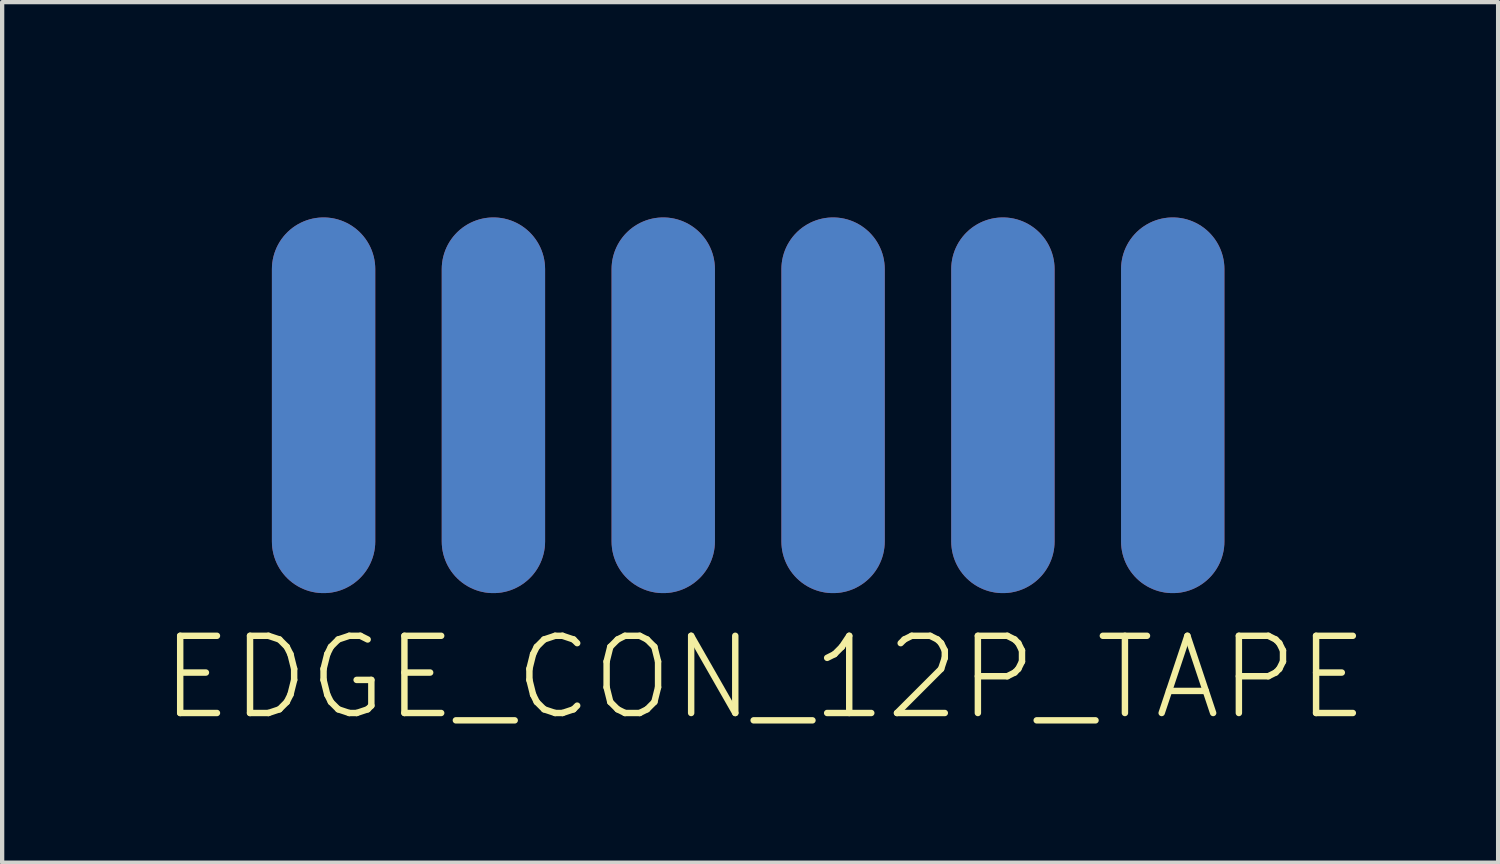
<source format=kicad_pcb>
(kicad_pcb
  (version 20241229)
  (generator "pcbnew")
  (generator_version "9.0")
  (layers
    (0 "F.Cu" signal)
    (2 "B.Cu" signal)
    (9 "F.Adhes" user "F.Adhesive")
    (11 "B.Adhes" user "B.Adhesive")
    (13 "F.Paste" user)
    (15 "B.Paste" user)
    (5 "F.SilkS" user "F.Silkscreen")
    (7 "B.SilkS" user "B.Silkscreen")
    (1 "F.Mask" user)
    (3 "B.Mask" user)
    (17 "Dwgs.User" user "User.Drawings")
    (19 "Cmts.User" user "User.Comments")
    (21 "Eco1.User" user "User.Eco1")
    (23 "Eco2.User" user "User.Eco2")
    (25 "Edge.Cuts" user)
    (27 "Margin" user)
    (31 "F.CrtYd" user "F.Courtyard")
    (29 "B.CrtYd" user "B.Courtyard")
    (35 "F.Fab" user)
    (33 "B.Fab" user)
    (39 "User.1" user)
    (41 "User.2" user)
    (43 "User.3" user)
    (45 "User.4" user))
  (footprint "EDGE_CON_12P_TAPE"
    (layer "F.Cu")
    (at 4.495 6.4)
    (property "Reference" "EDGE_CON_12P_TAPE" (at 10.285 6.35 0) (layer "F.SilkS") (effects (font (size 1.8 1.8) (thickness 0.15))))
    (attr through_hole)
    (fp_poly (pts (xy -4.445 -6.35) (xy 24.13 -6.35) (xy 24.13 5.08) (xy -4.445 5.08)) (stroke (width 0.1) (type solid)) (fill yes) (layer "F.Mask"))
    (fp_poly (pts (xy -4.445 5.08) (xy 24.13 5.08) (xy 24.13 -6.35) (xy -4.445 -6.35)) (stroke (width 0.1) (type solid)) (fill yes) (layer "B.Mask"))
    (pad "A,1" smd oval (at 19.8 0) (size 2.41 8.76) (layers "F.Cu" "F.Mask"))
    (pad "A,1" smd oval (at 19.8 0) (size 2.41 8.76) (layers "B.Cu" "B.Mask"))
    (pad "B,2" smd oval (at 15.84 0) (size 2.41 8.76) (layers "F.Cu" "F.Mask"))
    (pad "B,2" smd oval (at 15.84 0) (size 2.41 8.76) (layers "F.Mask" "B.Cu"))
    (pad "C,3" smd oval (at 11.88 0) (size 2.41 8.76) (layers "F.Cu" "F.Mask"))
    (pad "C,3" smd oval (at 11.88 0) (size 2.41 8.76) (layers "F.Mask" "B.Cu"))
    (pad "D,4" smd oval (at 7.92 0) (size 2.41 8.76) (layers "F.Cu" "F.Mask"))
    (pad "D,4" smd oval (at 7.92 0) (size 2.41 8.76) (layers "F.Mask" "B.Cu"))
    (pad "E,5" smd oval (at 3.96 0) (size 2.41 8.76) (layers "F.Cu" "F.Mask"))
    (pad "E,5" smd oval (at 3.96 0) (size 2.41 8.76) (layers "F.Mask" "B.Cu"))
    (pad "F,6" smd oval (at 0 0) (size 2.41 8.76) (layers "F.Cu" "F.Mask"))
    (pad "F,6" smd oval (at 0 0) (size 2.41 8.76) (layers "F.Mask" "B.Cu")))
  (gr_rect
    (start -3 -3)
    (end 31.882 17.066)
    (stroke (width 0.1) (type default))
    (fill no)
    (layer "Edge.Cuts")))
</source>
